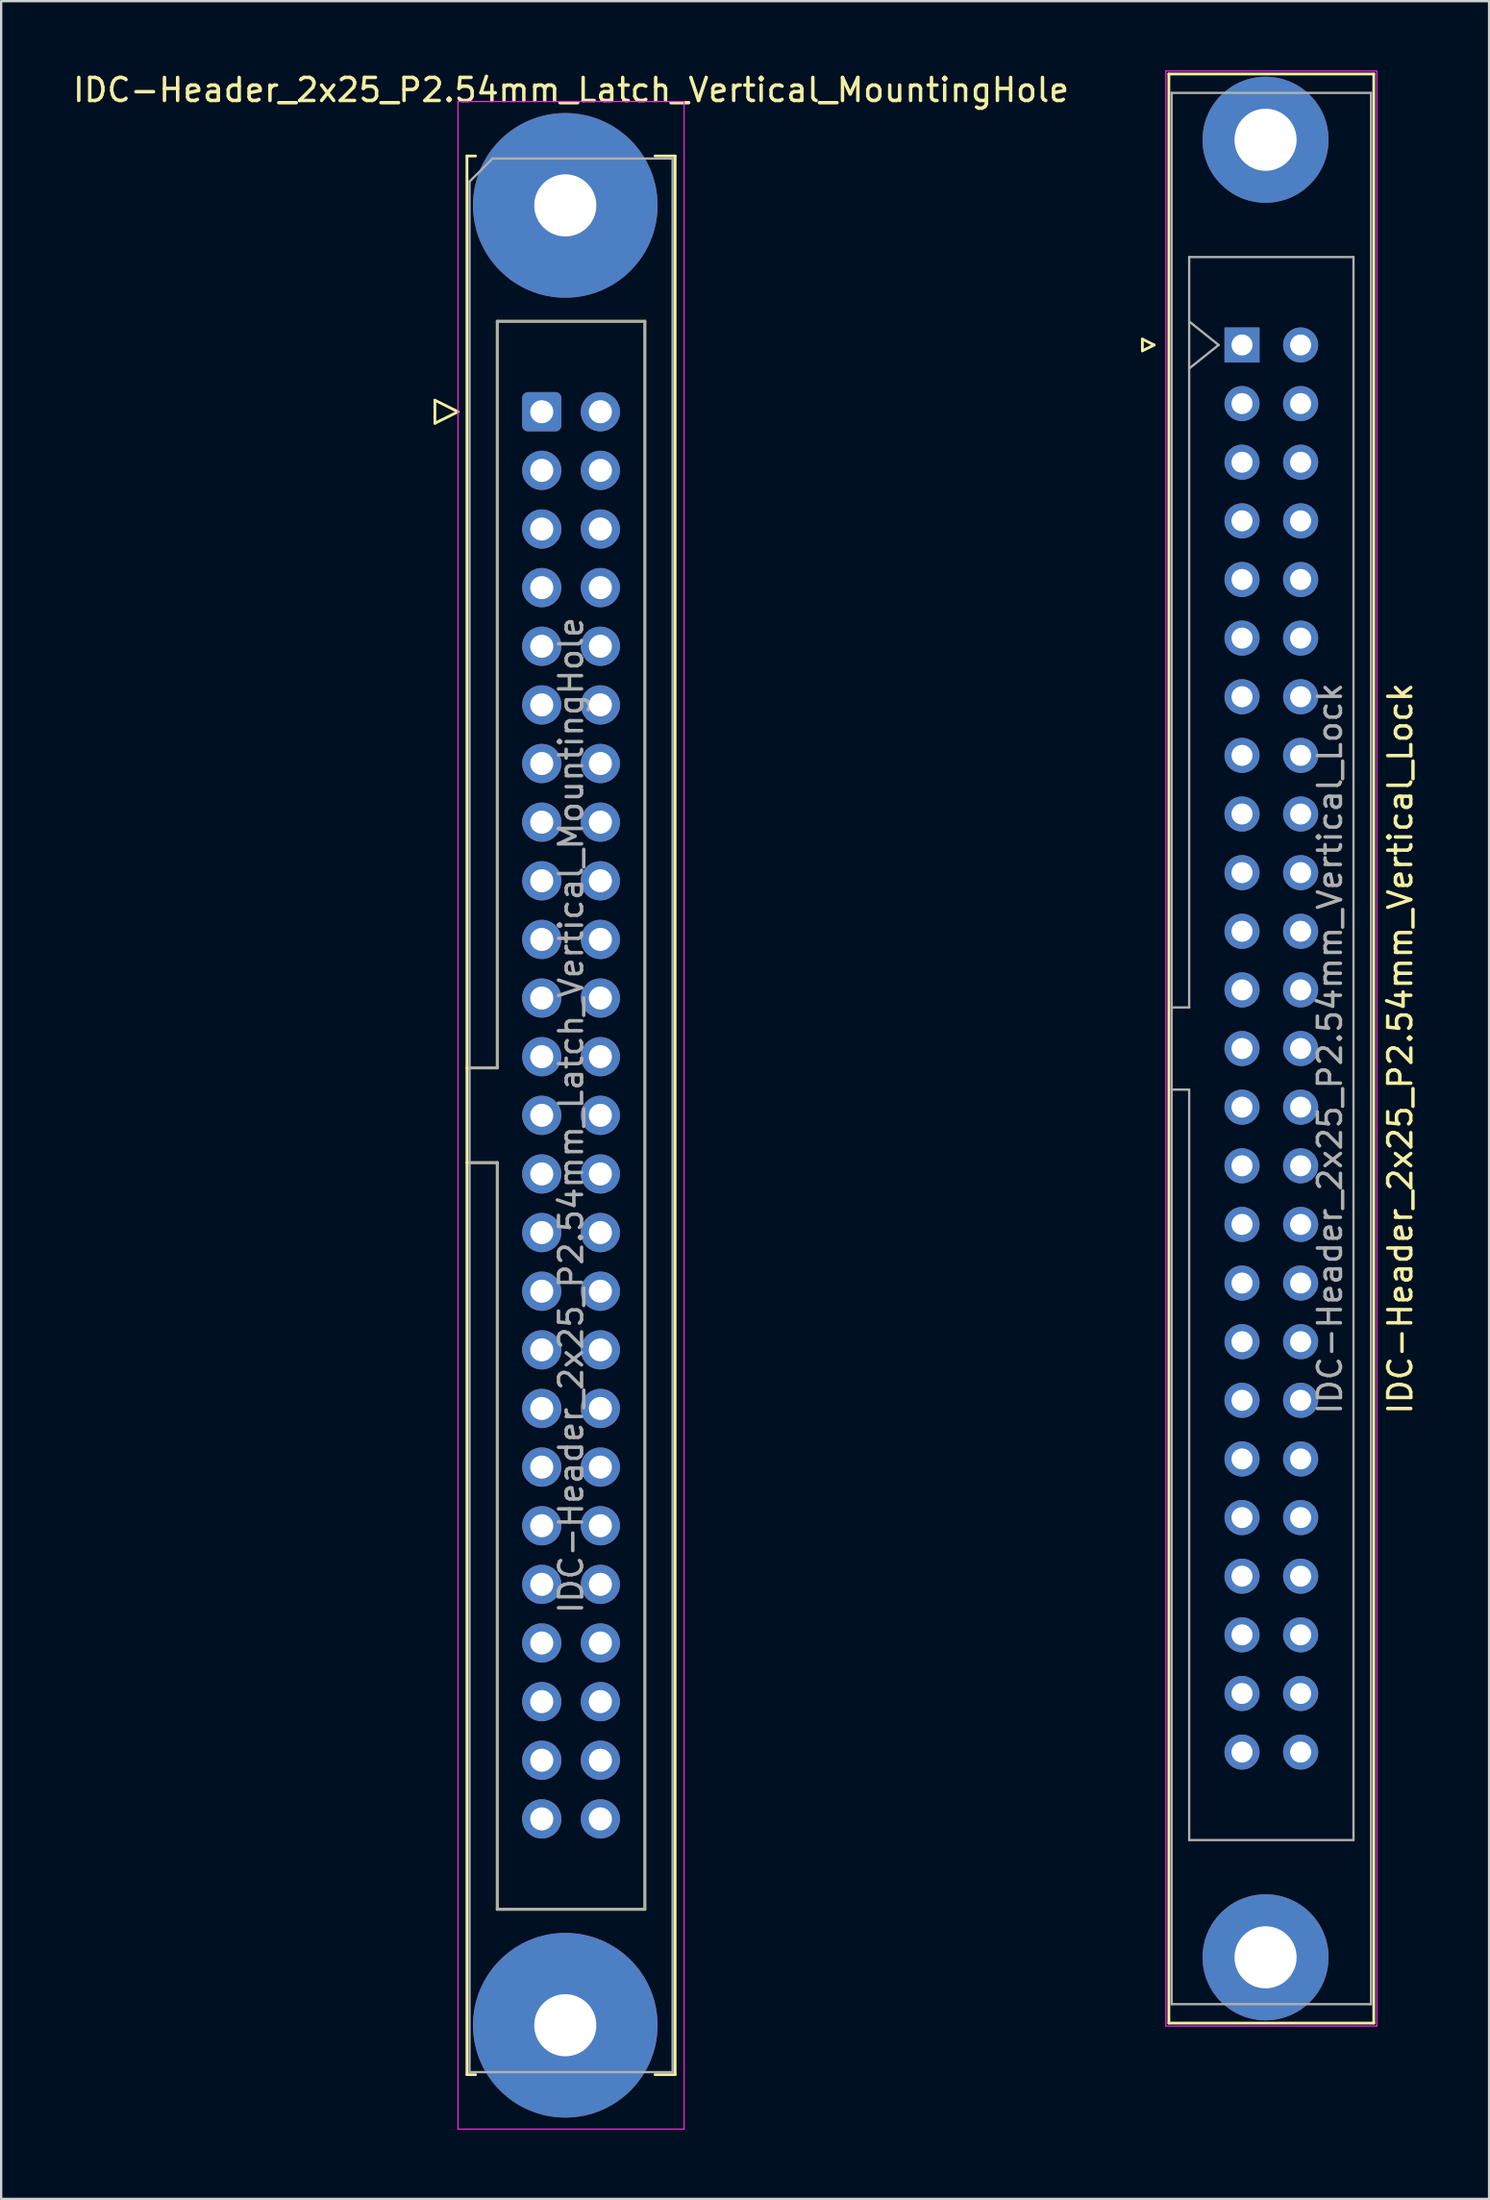
<source format=kicad_pcb>
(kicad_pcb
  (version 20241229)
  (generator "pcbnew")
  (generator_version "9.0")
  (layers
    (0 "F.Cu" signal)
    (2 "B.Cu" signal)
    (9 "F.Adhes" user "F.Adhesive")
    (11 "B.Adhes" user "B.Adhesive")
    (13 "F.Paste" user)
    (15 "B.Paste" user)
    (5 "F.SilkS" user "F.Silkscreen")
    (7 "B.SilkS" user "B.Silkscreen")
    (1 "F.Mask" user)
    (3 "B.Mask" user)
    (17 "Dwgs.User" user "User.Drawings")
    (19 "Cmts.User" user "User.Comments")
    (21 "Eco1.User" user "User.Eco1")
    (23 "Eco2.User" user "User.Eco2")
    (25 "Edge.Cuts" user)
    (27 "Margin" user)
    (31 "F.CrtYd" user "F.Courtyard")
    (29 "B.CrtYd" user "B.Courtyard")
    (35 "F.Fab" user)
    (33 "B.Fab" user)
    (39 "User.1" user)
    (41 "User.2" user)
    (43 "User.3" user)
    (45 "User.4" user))
  (footprint "IDC-Header_2x25_P2.54mm_Vertical_Lock"
    (layer "F.Cu")
    (at 50.771 11.895)
    (property "Reference" "IDC-Header_2x25_P2.54mm_Vertical_Lock" (at 6.858 30.48 270) (layer "F.SilkS") (effects (font (size 1 1) (thickness 0.15))))
    (attr through_hole)
    (fp_line (start -4.318 -0.254) (end -4.318 0.254) (stroke (width 0.12) (type solid)) (layer "F.SilkS"))
    (fp_line (start -4.318 0.254) (end -3.81 0) (stroke (width 0.12) (type solid)) (layer "F.SilkS"))
    (fp_line (start -3.81 0) (end -4.318 -0.254) (stroke (width 0.12) (type solid)) (layer "F.SilkS"))
    (fp_line (start -3.17 72.7) (end -3.17 -11.74) (stroke (width 0.12) (type solid)) (layer "F.SilkS"))
    (fp_line (start -3.17 72.7) (end 5.71 72.7) (stroke (width 0.12) (type solid)) (layer "F.SilkS"))
    (fp_line (start 5.71 -11.74) (end -3.17 -11.74) (stroke (width 0.12) (type solid)) (layer "F.SilkS"))
    (fp_line (start 5.71 -11.74) (end 5.71 72.7) (stroke (width 0.12) (type solid)) (layer "F.SilkS"))
    (fp_line (start -3.3 72.83) (end -3.3 -11.87) (stroke (width 0.05) (type solid)) (layer "F.CrtYd"))
    (fp_line (start -3.3 72.83) (end 5.84 72.83) (stroke (width 0.05) (type solid)) (layer "F.CrtYd"))
    (fp_line (start 5.84 -11.87) (end -3.3 -11.87) (stroke (width 0.05) (type solid)) (layer "F.CrtYd"))
    (fp_line (start 5.84 -11.87) (end 5.84 72.83) (stroke (width 0.05) (type solid)) (layer "F.CrtYd"))
    (fp_line (start -3.05 -10.92) (end -3.05 71.88) (stroke (width 0.1) (type solid)) (layer "F.Fab"))
    (fp_line (start -3.05 28.7) (end -2.29 28.7) (stroke (width 0.1) (type solid)) (layer "F.Fab"))
    (fp_line (start -3.05 71.88) (end 5.59 71.88) (stroke (width 0.1) (type solid)) (layer "F.Fab"))
    (fp_line (start -2.29 -3.81) (end 4.83 -3.81) (stroke (width 0.1) (type solid)) (layer "F.Fab"))
    (fp_line (start -2.29 28.7) (end -2.29 -3.81) (stroke (width 0.1) (type solid)) (layer "F.Fab"))
    (fp_line (start -2.29 32.26) (end -3.05 32.26) (stroke (width 0.1) (type solid)) (layer "F.Fab"))
    (fp_line (start -2.29 64.77) (end -2.29 32.26) (stroke (width 0.1) (type solid)) (layer "F.Fab"))
    (fp_line (start -2.286 -1.016) (end -1.016 0) (stroke (width 0.1) (type solid)) (layer "F.Fab"))
    (fp_line (start -1.016 0) (end -2.286 1.016) (stroke (width 0.1) (type solid)) (layer "F.Fab"))
    (fp_line (start 4.83 -3.81) (end 4.83 64.77) (stroke (width 0.1) (type solid)) (layer "F.Fab"))
    (fp_line (start 4.83 64.77) (end -2.29 64.77) (stroke (width 0.1) (type solid)) (layer "F.Fab"))
    (fp_line (start 5.59 -10.92) (end -3.05 -10.92) (stroke (width 0.1) (type solid)) (layer "F.Fab"))
    (fp_line (start 5.59 71.88) (end 5.59 -10.92) (stroke (width 0.1) (type solid)) (layer "F.Fab"))
    (fp_text user "${REFERENCE}" (at 3.81 30.48 90) (layer "F.Fab") (effects (font (size 1 1) (thickness 0.15))))
    (pad "" thru_hole circle (at 1.02 -8.89 270) (size 5.46 5.46) (drill 2.69) (layers "*.Cu" "*.Mask"))
    (pad "" thru_hole circle (at 1.02 69.85 270) (size 5.46 5.46) (drill 2.69) (layers "*.Cu" "*.Mask"))
    (pad "1" thru_hole rect (at 0 0 270) (size 1.52 1.52) (drill 0.91) (layers "*.Cu" "*.Mask"))
    (pad "2" thru_hole circle (at 2.54 0 270) (size 1.52 1.52) (drill 0.91) (layers "*.Cu" "*.Mask"))
    (pad "3" thru_hole circle (at 0 2.54 270) (size 1.52 1.52) (drill 0.91) (layers "*.Cu" "*.Mask"))
    (pad "4" thru_hole circle (at 2.54 2.54 270) (size 1.52 1.52) (drill 0.91) (layers "*.Cu" "*.Mask"))
    (pad "5" thru_hole circle (at 0 5.08 270) (size 1.52 1.52) (drill 0.91) (layers "*.Cu" "*.Mask"))
    (pad "6" thru_hole circle (at 2.54 5.08 270) (size 1.52 1.52) (drill 0.91) (layers "*.Cu" "*.Mask"))
    (pad "7" thru_hole circle (at 0 7.62 270) (size 1.52 1.52) (drill 0.91) (layers "*.Cu" "*.Mask"))
    (pad "8" thru_hole circle (at 2.54 7.62 270) (size 1.52 1.52) (drill 0.91) (layers "*.Cu" "*.Mask"))
    (pad "9" thru_hole circle (at 0 10.16 270) (size 1.52 1.52) (drill 0.91) (layers "*.Cu" "*.Mask"))
    (pad "10" thru_hole circle (at 2.54 10.16 270) (size 1.52 1.52) (drill 0.91) (layers "*.Cu" "*.Mask"))
    (pad "11" thru_hole circle (at 0 12.7 270) (size 1.52 1.52) (drill 0.91) (layers "*.Cu" "*.Mask"))
    (pad "12" thru_hole circle (at 2.54 12.7 270) (size 1.52 1.52) (drill 0.91) (layers "*.Cu" "*.Mask"))
    (pad "13" thru_hole circle (at 0 15.24 270) (size 1.52 1.52) (drill 0.91) (layers "*.Cu" "*.Mask"))
    (pad "14" thru_hole circle (at 2.54 15.24 270) (size 1.52 1.52) (drill 0.91) (layers "*.Cu" "*.Mask"))
    (pad "15" thru_hole circle (at 0 17.78 270) (size 1.52 1.52) (drill 0.91) (layers "*.Cu" "*.Mask"))
    (pad "16" thru_hole circle (at 2.54 17.78 270) (size 1.52 1.52) (drill 0.91) (layers "*.Cu" "*.Mask"))
    (pad "17" thru_hole circle (at 0 20.32 270) (size 1.52 1.52) (drill 0.91) (layers "*.Cu" "*.Mask"))
    (pad "18" thru_hole circle (at 2.54 20.32 270) (size 1.52 1.52) (drill 0.91) (layers "*.Cu" "*.Mask"))
    (pad "19" thru_hole circle (at 0 22.86 270) (size 1.52 1.52) (drill 0.91) (layers "*.Cu" "*.Mask"))
    (pad "20" thru_hole circle (at 2.54 22.86 270) (size 1.52 1.52) (drill 0.91) (layers "*.Cu" "*.Mask"))
    (pad "21" thru_hole circle (at 0 25.4 270) (size 1.52 1.52) (drill 0.91) (layers "*.Cu" "*.Mask"))
    (pad "22" thru_hole circle (at 2.54 25.4 270) (size 1.52 1.52) (drill 0.91) (layers "*.Cu" "*.Mask"))
    (pad "23" thru_hole circle (at 0 27.94 270) (size 1.52 1.52) (drill 0.91) (layers "*.Cu" "*.Mask"))
    (pad "24" thru_hole circle (at 2.54 27.94 270) (size 1.52 1.52) (drill 0.91) (layers "*.Cu" "*.Mask"))
    (pad "25" thru_hole circle (at 0 30.48 270) (size 1.52 1.52) (drill 0.91) (layers "*.Cu" "*.Mask"))
    (pad "26" thru_hole circle (at 2.54 30.48 270) (size 1.52 1.52) (drill 0.91) (layers "*.Cu" "*.Mask"))
    (pad "27" thru_hole circle (at 0 33.02 270) (size 1.52 1.52) (drill 0.91) (layers "*.Cu" "*.Mask"))
    (pad "28" thru_hole circle (at 2.54 33.02 270) (size 1.52 1.52) (drill 0.91) (layers "*.Cu" "*.Mask"))
    (pad "29" thru_hole circle (at 0 35.56 270) (size 1.52 1.52) (drill 0.91) (layers "*.Cu" "*.Mask"))
    (pad "30" thru_hole circle (at 2.54 35.56 270) (size 1.52 1.52) (drill 0.91) (layers "*.Cu" "*.Mask"))
    (pad "31" thru_hole circle (at 0 38.1 270) (size 1.52 1.52) (drill 0.91) (layers "*.Cu" "*.Mask"))
    (pad "32" thru_hole circle (at 2.54 38.1 270) (size 1.52 1.52) (drill 0.91) (layers "*.Cu" "*.Mask"))
    (pad "33" thru_hole circle (at 0 40.64 270) (size 1.52 1.52) (drill 0.91) (layers "*.Cu" "*.Mask"))
    (pad "34" thru_hole circle (at 2.54 40.64 270) (size 1.52 1.52) (drill 0.91) (layers "*.Cu" "*.Mask"))
    (pad "35" thru_hole circle (at 0 43.18 270) (size 1.52 1.52) (drill 0.91) (layers "*.Cu" "*.Mask"))
    (pad "36" thru_hole circle (at 2.54 43.18 270) (size 1.52 1.52) (drill 0.91) (layers "*.Cu" "*.Mask"))
    (pad "37" thru_hole circle (at 0 45.72 270) (size 1.52 1.52) (drill 0.91) (layers "*.Cu" "*.Mask"))
    (pad "38" thru_hole circle (at 2.54 45.72 270) (size 1.52 1.52) (drill 0.91) (layers "*.Cu" "*.Mask"))
    (pad "39" thru_hole circle (at 0 48.26 270) (size 1.52 1.52) (drill 0.91) (layers "*.Cu" "*.Mask"))
    (pad "40" thru_hole circle (at 2.54 48.26 270) (size 1.52 1.52) (drill 0.91) (layers "*.Cu" "*.Mask"))
    (pad "41" thru_hole circle (at 0 50.8 270) (size 1.52 1.52) (drill 0.91) (layers "*.Cu" "*.Mask"))
    (pad "42" thru_hole circle (at 2.54 50.8 270) (size 1.52 1.52) (drill 0.91) (layers "*.Cu" "*.Mask"))
    (pad "43" thru_hole circle (at 0 53.34 270) (size 1.52 1.52) (drill 0.91) (layers "*.Cu" "*.Mask"))
    (pad "44" thru_hole circle (at 2.54 53.34 270) (size 1.52 1.52) (drill 0.91) (layers "*.Cu" "*.Mask"))
    (pad "45" thru_hole circle (at 0 55.88 270) (size 1.52 1.52) (drill 0.91) (layers "*.Cu" "*.Mask"))
    (pad "46" thru_hole circle (at 2.54 55.88 270) (size 1.52 1.52) (drill 0.91) (layers "*.Cu" "*.Mask"))
    (pad "47" thru_hole circle (at 0 58.42 270) (size 1.52 1.52) (drill 0.91) (layers "*.Cu" "*.Mask"))
    (pad "48" thru_hole circle (at 2.54 58.42 270) (size 1.52 1.52) (drill 0.91) (layers "*.Cu" "*.Mask"))
    (pad "49" thru_hole circle (at 0 60.96 270) (size 1.52 1.52) (drill 0.91) (layers "*.Cu" "*.Mask"))
    (pad "50" thru_hole circle (at 2.54 60.96 270) (size 1.52 1.52) (drill 0.91) (layers "*.Cu" "*.Mask")))
  (footprint "IDC-Header_2x25_P2.54mm_Latch_Vertical_MountingHole"
    (layer "F.Cu")
    (at 20.426 14.788)
    (property "Reference" "IDC-Header_2x25_P2.54mm_Latch_Vertical_MountingHole" (at 1.27 -13.94 0) (layer "F.SilkS") (effects (font (size 1 1) (thickness 0.15))))
    (attr through_hole)
    (fp_line (start -4.63 -0.5) (end -4.63 0.5) (stroke (width 0.12) (type solid)) (layer "F.SilkS"))
    (fp_line (start -4.63 0.5) (end -3.63 0) (stroke (width 0.12) (type solid)) (layer "F.SilkS"))
    (fp_line (start -3.63 0) (end -4.63 -0.5) (stroke (width 0.12) (type solid)) (layer "F.SilkS"))
    (fp_line (start -3.24 -11.08) (end -3.24 72.04) (stroke (width 0.12) (type solid)) (layer "F.SilkS"))
    (fp_line (start -3.24 28.43) (end -1.93 28.43) (stroke (width 0.12) (type solid)) (layer "F.SilkS"))
    (fp_line (start -3.24 72.04) (end -2.87 72.04) (stroke (width 0.12) (type solid)) (layer "F.SilkS"))
    (fp_line (start -2.87 -11.08) (end -3.24 -11.08) (stroke (width 0.12) (type solid)) (layer "F.SilkS"))
    (fp_line (start -1.93 -3.92) (end 4.47 -3.92) (stroke (width 0.12) (type solid)) (layer "F.SilkS"))
    (fp_line (start -1.93 28.43) (end -1.93 -3.92) (stroke (width 0.12) (type solid)) (layer "F.SilkS"))
    (fp_line (start -1.93 32.53) (end -3.24 32.53) (stroke (width 0.12) (type solid)) (layer "F.SilkS"))
    (fp_line (start -1.93 32.53) (end -1.93 32.53) (stroke (width 0.12) (type solid)) (layer "F.SilkS"))
    (fp_line (start -1.93 64.88) (end -1.93 32.53) (stroke (width 0.12) (type solid)) (layer "F.SilkS"))
    (fp_line (start 4.47 -3.92) (end 4.47 64.88) (stroke (width 0.12) (type solid)) (layer "F.SilkS"))
    (fp_line (start 4.47 64.88) (end -1.93 64.88) (stroke (width 0.12) (type solid)) (layer "F.SilkS"))
    (fp_line (start 4.91 -11.08) (end 5.78 -11.08) (stroke (width 0.12) (type solid)) (layer "F.SilkS"))
    (fp_line (start 5.78 -11.08) (end 5.78 72.04) (stroke (width 0.12) (type solid)) (layer "F.SilkS"))
    (fp_line (start 5.78 72.04) (end 4.91 72.04) (stroke (width 0.12) (type solid)) (layer "F.SilkS"))
    (fp_line (start -3.63 -13.44) (end -3.63 74.4) (stroke (width 0.05) (type solid)) (layer "F.CrtYd"))
    (fp_line (start -3.63 74.4) (end 6.17 74.4) (stroke (width 0.05) (type solid)) (layer "F.CrtYd"))
    (fp_line (start 6.17 -13.44) (end -3.63 -13.44) (stroke (width 0.05) (type solid)) (layer "F.CrtYd"))
    (fp_line (start 6.17 74.4) (end 6.17 -13.44) (stroke (width 0.05) (type solid)) (layer "F.CrtYd"))
    (fp_line (start -3.13 -9.97) (end -2.13 -10.97) (stroke (width 0.1) (type solid)) (layer "F.Fab"))
    (fp_line (start -3.13 28.43) (end -1.93 28.43) (stroke (width 0.1) (type solid)) (layer "F.Fab"))
    (fp_line (start -3.13 71.93) (end -3.13 -9.97) (stroke (width 0.1) (type solid)) (layer "F.Fab"))
    (fp_line (start -2.13 -10.97) (end 5.67 -10.97) (stroke (width 0.1) (type solid)) (layer "F.Fab"))
    (fp_line (start -1.93 -3.92) (end 4.47 -3.92) (stroke (width 0.1) (type solid)) (layer "F.Fab"))
    (fp_line (start -1.93 28.43) (end -1.93 -3.92) (stroke (width 0.1) (type solid)) (layer "F.Fab"))
    (fp_line (start -1.93 32.53) (end -3.13 32.53) (stroke (width 0.1) (type solid)) (layer "F.Fab"))
    (fp_line (start -1.93 32.53) (end -1.93 32.53) (stroke (width 0.1) (type solid)) (layer "F.Fab"))
    (fp_line (start -1.93 64.88) (end -1.93 32.53) (stroke (width 0.1) (type solid)) (layer "F.Fab"))
    (fp_line (start 4.47 -3.92) (end 4.47 64.88) (stroke (width 0.1) (type solid)) (layer "F.Fab"))
    (fp_line (start 4.47 64.88) (end -1.93 64.88) (stroke (width 0.1) (type solid)) (layer "F.Fab"))
    (fp_line (start 5.67 -10.97) (end 5.67 71.93) (stroke (width 0.1) (type solid)) (layer "F.Fab"))
    (fp_line (start 5.67 71.93) (end -3.13 71.93) (stroke (width 0.1) (type solid)) (layer "F.Fab"))
    (fp_text user "${REFERENCE}" (at 1.27 30.48 90) (layer "F.Fab") (effects (font (size 1 1) (thickness 0.15))))
    (pad "" thru_hole circle (at 1.02 -8.94) (size 8 8) (drill 2.69) (layers "*.Cu" "*.Mask"))
    (pad "" thru_hole circle (at 1.02 69.9) (size 8 8) (drill 2.69) (layers "*.Cu" "*.Mask"))
    (pad "1" thru_hole roundrect (at 0 0) (size 1.7 1.7) (drill 1) (layers "*.Cu" "*.Mask") (roundrect_rratio 0.147))
    (pad "2" thru_hole circle (at 2.54 0) (size 1.7 1.7) (drill 1) (layers "*.Cu" "*.Mask"))
    (pad "3" thru_hole circle (at 0 2.54) (size 1.7 1.7) (drill 1) (layers "*.Cu" "*.Mask"))
    (pad "4" thru_hole circle (at 2.54 2.54) (size 1.7 1.7) (drill 1) (layers "*.Cu" "*.Mask"))
    (pad "5" thru_hole circle (at 0 5.08) (size 1.7 1.7) (drill 1) (layers "*.Cu" "*.Mask"))
    (pad "6" thru_hole circle (at 2.54 5.08) (size 1.7 1.7) (drill 1) (layers "*.Cu" "*.Mask"))
    (pad "7" thru_hole circle (at 0 7.62) (size 1.7 1.7) (drill 1) (layers "*.Cu" "*.Mask"))
    (pad "8" thru_hole circle (at 2.54 7.62) (size 1.7 1.7) (drill 1) (layers "*.Cu" "*.Mask"))
    (pad "9" thru_hole circle (at 0 10.16) (size 1.7 1.7) (drill 1) (layers "*.Cu" "*.Mask"))
    (pad "10" thru_hole circle (at 2.54 10.16) (size 1.7 1.7) (drill 1) (layers "*.Cu" "*.Mask"))
    (pad "11" thru_hole circle (at 0 12.7) (size 1.7 1.7) (drill 1) (layers "*.Cu" "*.Mask"))
    (pad "12" thru_hole circle (at 2.54 12.7) (size 1.7 1.7) (drill 1) (layers "*.Cu" "*.Mask"))
    (pad "13" thru_hole circle (at 0 15.24) (size 1.7 1.7) (drill 1) (layers "*.Cu" "*.Mask"))
    (pad "14" thru_hole circle (at 2.54 15.24) (size 1.7 1.7) (drill 1) (layers "*.Cu" "*.Mask"))
    (pad "15" thru_hole circle (at 0 17.78) (size 1.7 1.7) (drill 1) (layers "*.Cu" "*.Mask"))
    (pad "16" thru_hole circle (at 2.54 17.78) (size 1.7 1.7) (drill 1) (layers "*.Cu" "*.Mask"))
    (pad "17" thru_hole circle (at 0 20.32) (size 1.7 1.7) (drill 1) (layers "*.Cu" "*.Mask"))
    (pad "18" thru_hole circle (at 2.54 20.32) (size 1.7 1.7) (drill 1) (layers "*.Cu" "*.Mask"))
    (pad "19" thru_hole circle (at 0 22.86) (size 1.7 1.7) (drill 1) (layers "*.Cu" "*.Mask"))
    (pad "20" thru_hole circle (at 2.54 22.86) (size 1.7 1.7) (drill 1) (layers "*.Cu" "*.Mask"))
    (pad "21" thru_hole circle (at 0 25.4) (size 1.7 1.7) (drill 1) (layers "*.Cu" "*.Mask"))
    (pad "22" thru_hole circle (at 2.54 25.4) (size 1.7 1.7) (drill 1) (layers "*.Cu" "*.Mask"))
    (pad "23" thru_hole circle (at 0 27.94) (size 1.7 1.7) (drill 1) (layers "*.Cu" "*.Mask"))
    (pad "24" thru_hole circle (at 2.54 27.94) (size 1.7 1.7) (drill 1) (layers "*.Cu" "*.Mask"))
    (pad "25" thru_hole circle (at 0 30.48) (size 1.7 1.7) (drill 1) (layers "*.Cu" "*.Mask"))
    (pad "26" thru_hole circle (at 2.54 30.48) (size 1.7 1.7) (drill 1) (layers "*.Cu" "*.Mask"))
    (pad "27" thru_hole circle (at 0 33.02) (size 1.7 1.7) (drill 1) (layers "*.Cu" "*.Mask"))
    (pad "28" thru_hole circle (at 2.54 33.02) (size 1.7 1.7) (drill 1) (layers "*.Cu" "*.Mask"))
    (pad "29" thru_hole circle (at 0 35.56) (size 1.7 1.7) (drill 1) (layers "*.Cu" "*.Mask"))
    (pad "30" thru_hole circle (at 2.54 35.56) (size 1.7 1.7) (drill 1) (layers "*.Cu" "*.Mask"))
    (pad "31" thru_hole circle (at 0 38.1) (size 1.7 1.7) (drill 1) (layers "*.Cu" "*.Mask"))
    (pad "32" thru_hole circle (at 2.54 38.1) (size 1.7 1.7) (drill 1) (layers "*.Cu" "*.Mask"))
    (pad "33" thru_hole circle (at 0 40.64) (size 1.7 1.7) (drill 1) (layers "*.Cu" "*.Mask"))
    (pad "34" thru_hole circle (at 2.54 40.64) (size 1.7 1.7) (drill 1) (layers "*.Cu" "*.Mask"))
    (pad "35" thru_hole circle (at 0 43.18) (size 1.7 1.7) (drill 1) (layers "*.Cu" "*.Mask"))
    (pad "36" thru_hole circle (at 2.54 43.18) (size 1.7 1.7) (drill 1) (layers "*.Cu" "*.Mask"))
    (pad "37" thru_hole circle (at 0 45.72) (size 1.7 1.7) (drill 1) (layers "*.Cu" "*.Mask"))
    (pad "38" thru_hole circle (at 2.54 45.72) (size 1.7 1.7) (drill 1) (layers "*.Cu" "*.Mask"))
    (pad "39" thru_hole circle (at 0 48.26) (size 1.7 1.7) (drill 1) (layers "*.Cu" "*.Mask"))
    (pad "40" thru_hole circle (at 2.54 48.26) (size 1.7 1.7) (drill 1) (layers "*.Cu" "*.Mask"))
    (pad "41" thru_hole circle (at 0 50.8) (size 1.7 1.7) (drill 1) (layers "*.Cu" "*.Mask"))
    (pad "42" thru_hole circle (at 2.54 50.8) (size 1.7 1.7) (drill 1) (layers "*.Cu" "*.Mask"))
    (pad "43" thru_hole circle (at 0 53.34) (size 1.7 1.7) (drill 1) (layers "*.Cu" "*.Mask"))
    (pad "44" thru_hole circle (at 2.54 53.34) (size 1.7 1.7) (drill 1) (layers "*.Cu" "*.Mask"))
    (pad "45" thru_hole circle (at 0 55.88) (size 1.7 1.7) (drill 1) (layers "*.Cu" "*.Mask"))
    (pad "46" thru_hole circle (at 2.54 55.88) (size 1.7 1.7) (drill 1) (layers "*.Cu" "*.Mask"))
    (pad "47" thru_hole circle (at 0 58.42) (size 1.7 1.7) (drill 1) (layers "*.Cu" "*.Mask"))
    (pad "48" thru_hole circle (at 2.54 58.42) (size 1.7 1.7) (drill 1) (layers "*.Cu" "*.Mask"))
    (pad "49" thru_hole circle (at 0 60.96) (size 1.7 1.7) (drill 1) (layers "*.Cu" "*.Mask"))
    (pad "50" thru_hole circle (at 2.54 60.96) (size 1.7 1.7) (drill 1) (layers "*.Cu" "*.Mask")))
  (gr_rect
    (start -3 -3)
    (end 61.477 92.213)
    (stroke (width 0.1) (type default))
    (fill no)
    (layer "Edge.Cuts")))
</source>
